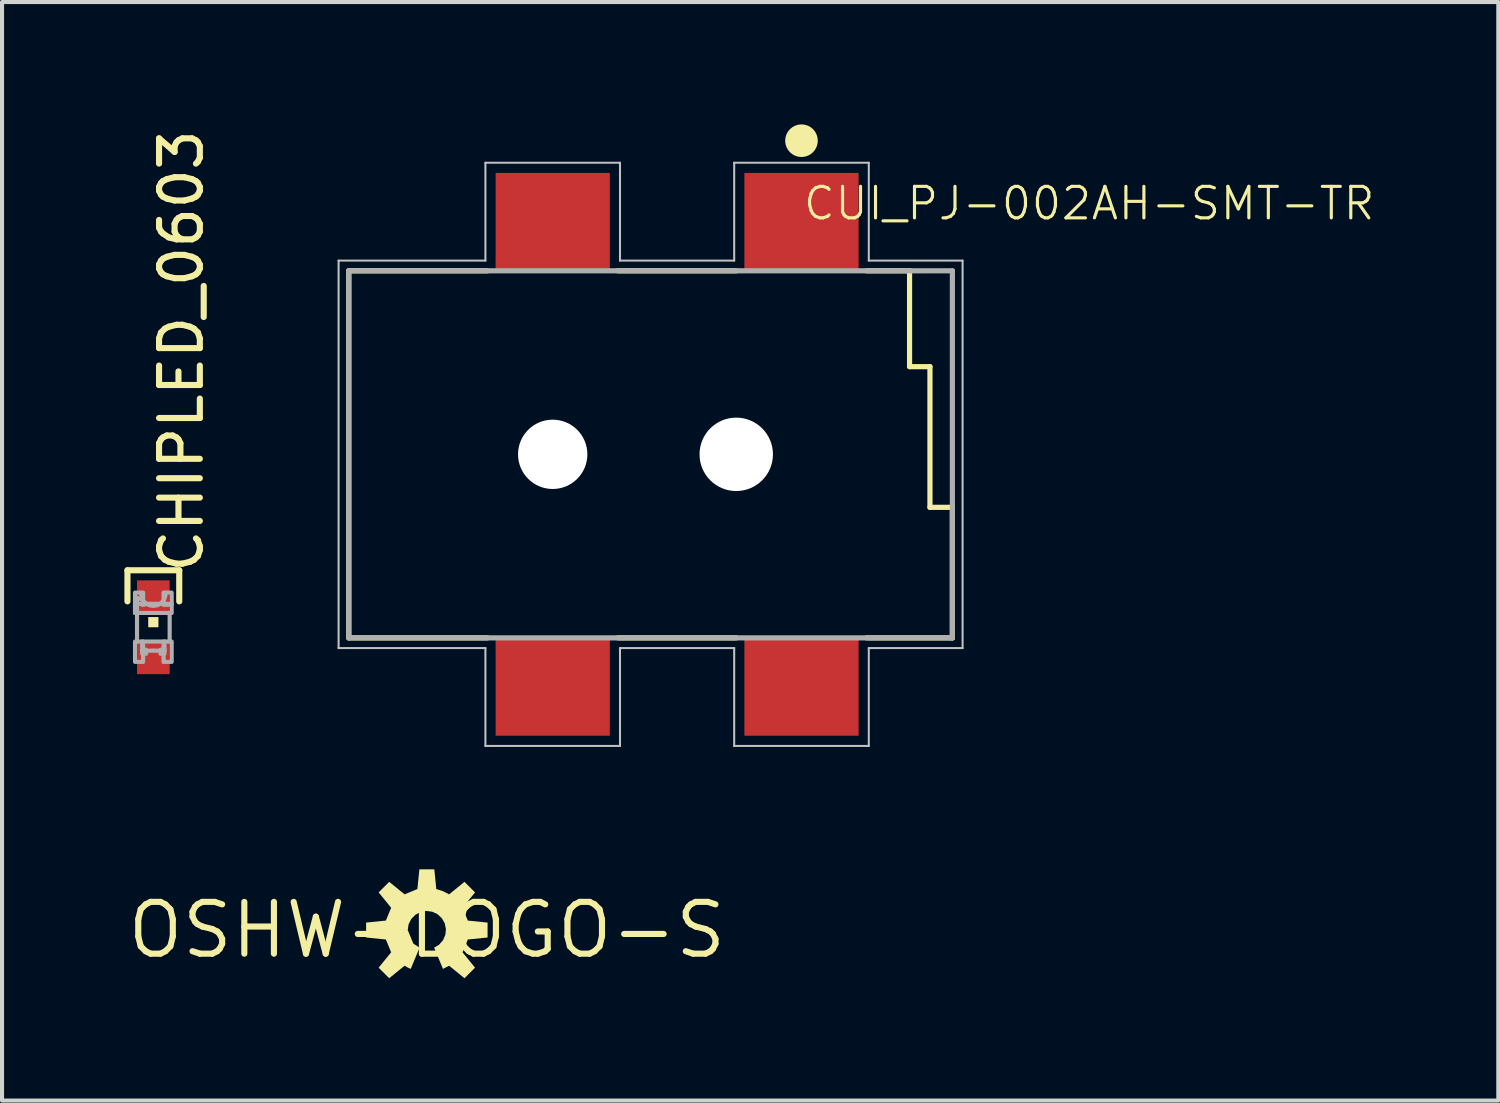
<source format=kicad_pcb>
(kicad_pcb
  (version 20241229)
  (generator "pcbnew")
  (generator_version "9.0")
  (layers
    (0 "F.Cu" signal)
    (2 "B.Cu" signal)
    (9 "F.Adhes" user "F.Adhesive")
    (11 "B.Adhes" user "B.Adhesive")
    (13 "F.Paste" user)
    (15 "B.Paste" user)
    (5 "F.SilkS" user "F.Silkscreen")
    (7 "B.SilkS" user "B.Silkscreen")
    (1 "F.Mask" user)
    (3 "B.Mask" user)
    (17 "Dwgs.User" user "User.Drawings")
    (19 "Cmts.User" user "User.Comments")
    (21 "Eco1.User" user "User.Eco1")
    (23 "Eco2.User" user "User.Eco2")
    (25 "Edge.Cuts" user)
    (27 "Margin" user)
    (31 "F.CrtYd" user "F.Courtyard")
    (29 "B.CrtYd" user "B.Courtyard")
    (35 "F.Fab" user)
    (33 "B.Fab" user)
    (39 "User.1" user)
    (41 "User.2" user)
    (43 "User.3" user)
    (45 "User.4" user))
  (footprint "CHIPLED_0603"
    (layer "F.Cu")
    (at 0.71 12.33)
    (property "Reference" "CHIPLED_0603" (at 1.27 -1.27 270) (layer "F.SilkS") (effects (font (size 1 1) (thickness 0.15)) (justify left bottom)))
    (attr through_hole)
    (fp_line (start -0.635 -1.397) (end 0.635 -1.397) (stroke (width 0.15) (type solid)) (layer "F.SilkS"))
    (fp_line (start -0.635 -0.635) (end -0.635 -1.397) (stroke (width 0.15) (type solid)) (layer "F.SilkS"))
    (fp_line (start 0.635 -1.397) (end 0.635 -0.635) (stroke (width 0.15) (type solid)) (layer "F.SilkS"))
    (fp_poly (pts (xy -0.125 0) (xy 0.125 0) (xy 0.125 -0.25) (xy -0.125 -0.25)) (stroke (width 0) (type solid)) (fill yes) (layer "F.SilkS"))
    (fp_line (start -0.4 -0.375) (end -0.4 0.35) (stroke (width 0.102) (type solid)) (layer "F.Fab"))
    (fp_line (start 0.4 -0.35) (end 0.4 0.35) (stroke (width 0.102) (type solid)) (layer "F.Fab"))
    (fp_arc (start -0.275 0.825) (mid 0 0.55) (end 0.275 0.825) (stroke (width 0.0508) (type solid)) (layer "F.Fab"))
    (fp_arc (start 0.3 -0.825) (mid 0 -0.525) (end -0.3 -0.825) (stroke (width 0.1016) (type solid)) (layer "F.Fab"))
    (fp_circle (center -0.35 -0.625) (end -0.275 -0.625) (stroke (width 0.051) (type solid)) (fill no) (layer "F.Fab"))
    (fp_poly (pts (xy -0.45 -0.7) (xy -0.25 -0.7) (xy -0.25 -0.85) (xy -0.45 -0.85)) (stroke (width 0.1) (type solid)) (fill no) (layer "F.Fab"))
    (fp_poly (pts (xy -0.45 -0.35) (xy -0.4 -0.35) (xy -0.4 -0.725) (xy -0.45 -0.725)) (stroke (width 0.1) (type solid)) (fill no) (layer "F.Fab"))
    (fp_poly (pts (xy -0.45 -0.35) (xy 0.45 -0.35) (xy 0.45 -0.575) (xy -0.45 -0.575)) (stroke (width 0.1) (type solid)) (fill no) (layer "F.Fab"))
    (fp_poly (pts (xy -0.45 0.85) (xy -0.25 0.85) (xy -0.25 0.35) (xy -0.45 0.35)) (stroke (width 0.1) (type solid)) (fill no) (layer "F.Fab"))
    (fp_poly (pts (xy -0.275 -0.55) (xy -0.225 -0.55) (xy -0.225 -0.6) (xy -0.275 -0.6)) (stroke (width 0.1) (type solid)) (fill no) (layer "F.Fab"))
    (fp_poly (pts (xy -0.275 0.575) (xy 0.275 0.575) (xy 0.275 0.35) (xy -0.275 0.35)) (stroke (width 0.1) (type solid)) (fill no) (layer "F.Fab"))
    (fp_poly (pts (xy -0.275 0.65) (xy -0.175 0.65) (xy -0.175 0.55) (xy -0.275 0.55)) (stroke (width 0.1) (type solid)) (fill no) (layer "F.Fab"))
    (fp_poly (pts (xy 0.175 0.65) (xy 0.275 0.65) (xy 0.275 0.55) (xy 0.175 0.55)) (stroke (width 0.1) (type solid)) (fill no) (layer "F.Fab"))
    (fp_poly (pts (xy 0.25 -0.55) (xy 0.45 -0.55) (xy 0.45 -0.85) (xy 0.25 -0.85)) (stroke (width 0.1) (type solid)) (fill no) (layer "F.Fab"))
    (fp_poly (pts (xy 0.25 0.85) (xy 0.45 0.85) (xy 0.45 0.35) (xy 0.25 0.35)) (stroke (width 0.1) (type solid)) (fill no) (layer "F.Fab"))
    (pad "A" smd rect (at 0 0.75) (size 0.8 0.8) (layers "F.Cu" "F.Mask" "F.Paste"))
    (pad "C" smd rect (at 0 -0.75) (size 0.8 0.8) (layers "F.Cu" "F.Mask" "F.Paste")))
  (footprint "OSHW-LOGO-S"
    (layer "F.Cu")
    (at 7.416 19.754)
    (property "Reference" "OSHW-LOGO-S" (at 0 0 0) (layer "F.SilkS") (effects (font (size 1.27 1.27) (thickness 0.15))))
    (attr through_hole)
    (fp_poly (pts (xy 0.395 0.953) (xy 0.546 0.875) (xy 0.923 1.182) (xy 1.182 0.923) (xy 0.875 0.546) (xy 1.005 0.232) (xy 1.489 0.183) (xy 1.489 -0.183) (xy 1.005 -0.232) (xy 0.875 -0.546) (xy 1.182 -0.923) (xy 0.923 -1.182) (xy 0.546 -0.875) (xy 0.395 -0.953) (xy 0.232 -1.005) (xy 0.183 -1.489) (xy -0.183 -1.489) (xy -0.232 -1.005) (xy -0.546 -0.875) (xy -0.923 -1.182) (xy -1.182 -0.923) (xy -0.875 -0.546) (xy -1.005 -0.232) (xy -1.489 -0.183) (xy -1.489 0.183) (xy -1.005 0.232) (xy -0.875 0.546) (xy -1.182 0.923) (xy -0.923 1.182) (xy -0.546 0.875) (xy -0.472 0.917) (xy -0.395 0.953) (xy -0.179 0.433) (xy -0.179 0.433) (xy -0.332 0.331) (xy -0.469 0) (xy -0.447 -0.142) (xy -0.382 -0.271) (xy -0.282 -0.374) (xy -0.155 -0.442) (xy -0.013 -0.468) (xy 0.13 -0.45) (xy 0.26 -0.39) (xy 0.366 -0.292) (xy 0.438 -0.167) (xy 0.468 -0.026) (xy 0.454 0.117) (xy 0.397 0.249) (xy 0.302 0.358) (xy 0.179 0.433)) (stroke (width 0) (type solid)) (fill yes) (layer "F.SilkS")))
  (footprint "CUI_PJ-002AH-SMT-TR"
    (layer "F.Cu")
    (at 16.602 2.39)
    (property "Reference" "CUI_PJ-002AH-SMT-TR" (at 0 0 0) (layer "F.SilkS") (effects (font (size 0.772 0.772) (thickness 0.077)) (justify left bottom)))
    (attr through_hole)
    (fp_line (start -11.1 1.2) (end -11.1 10.2) (stroke (width 0.127) (type solid)) (layer "F.SilkS"))
    (fp_line (start -11.1 10.2) (end -7.7 10.2) (stroke (width 0.127) (type solid)) (layer "F.SilkS"))
    (fp_line (start -7.7 1.2) (end -11.1 1.2) (stroke (width 0.127) (type solid)) (layer "F.SilkS"))
    (fp_line (start -4.5 10.2) (end -1.6 10.2) (stroke (width 0.127) (type solid)) (layer "F.SilkS"))
    (fp_line (start -1.6 1.2) (end -4.5 1.2) (stroke (width 0.127) (type solid)) (layer "F.SilkS"))
    (fp_line (start 1.6 10.2) (end 3.7 10.2) (stroke (width 0.127) (type solid)) (layer "F.SilkS"))
    (fp_line (start 2.65 1.2) (end 1.6 1.2) (stroke (width 0.127) (type solid)) (layer "F.SilkS"))
    (fp_line (start 2.65 3.55) (end 2.65 1.2) (stroke (width 0.127) (type solid)) (layer "F.SilkS"))
    (fp_line (start 3.15 3.55) (end 2.65 3.55) (stroke (width 0.127) (type solid)) (layer "F.SilkS"))
    (fp_line (start 3.15 7) (end 3.15 3.55) (stroke (width 0.127) (type solid)) (layer "F.SilkS"))
    (fp_line (start 3.7 7) (end 3.15 7) (stroke (width 0.127) (type solid)) (layer "F.SilkS"))
    (fp_line (start 3.7 10.2) (end 3.7 7) (stroke (width 0.127) (type solid)) (layer "F.SilkS"))
    (fp_circle (center 0 -1.99) (end 0.2 -1.99) (stroke (width 0.4) (type solid)) (fill no) (layer "F.SilkS"))
    (fp_line (start -11.35 0.95) (end -7.75 0.95) (stroke (width 0.05) (type solid)) (layer "Dwgs.User"))
    (fp_line (start -11.35 10.45) (end -11.35 0.95) (stroke (width 0.05) (type solid)) (layer "Dwgs.User"))
    (fp_line (start -7.75 -1.45) (end -4.45 -1.45) (stroke (width 0.05) (type solid)) (layer "Dwgs.User"))
    (fp_line (start -7.75 0.95) (end -7.75 -1.45) (stroke (width 0.05) (type solid)) (layer "Dwgs.User"))
    (fp_line (start -7.75 10.45) (end -11.35 10.45) (stroke (width 0.05) (type solid)) (layer "Dwgs.User"))
    (fp_line (start -7.75 12.85) (end -7.75 10.45) (stroke (width 0.05) (type solid)) (layer "Dwgs.User"))
    (fp_line (start -4.45 -1.45) (end -4.45 0.95) (stroke (width 0.05) (type solid)) (layer "Dwgs.User"))
    (fp_line (start -4.45 0.95) (end -1.65 0.95) (stroke (width 0.05) (type solid)) (layer "Dwgs.User"))
    (fp_line (start -4.45 10.45) (end -4.45 12.85) (stroke (width 0.05) (type solid)) (layer "Dwgs.User"))
    (fp_line (start -4.45 12.85) (end -7.75 12.85) (stroke (width 0.05) (type solid)) (layer "Dwgs.User"))
    (fp_line (start -1.65 -1.45) (end 1.65 -1.45) (stroke (width 0.05) (type solid)) (layer "Dwgs.User"))
    (fp_line (start -1.65 0.95) (end -1.65 -1.45) (stroke (width 0.05) (type solid)) (layer "Dwgs.User"))
    (fp_line (start -1.65 10.45) (end -4.45 10.45) (stroke (width 0.05) (type solid)) (layer "Dwgs.User"))
    (fp_line (start -1.65 12.85) (end -1.65 10.45) (stroke (width 0.05) (type solid)) (layer "Dwgs.User"))
    (fp_line (start 1.65 -1.45) (end 1.65 0.95) (stroke (width 0.05) (type solid)) (layer "Dwgs.User"))
    (fp_line (start 1.65 0.95) (end 3.95 0.95) (stroke (width 0.05) (type solid)) (layer "Dwgs.User"))
    (fp_line (start 1.65 10.45) (end 1.65 12.85) (stroke (width 0.05) (type solid)) (layer "Dwgs.User"))
    (fp_line (start 1.65 12.85) (end -1.65 12.85) (stroke (width 0.05) (type solid)) (layer "Dwgs.User"))
    (fp_line (start 3.95 0.95) (end 3.95 10.45) (stroke (width 0.05) (type solid)) (layer "Dwgs.User"))
    (fp_line (start 3.95 10.45) (end 1.65 10.45) (stroke (width 0.05) (type solid)) (layer "Dwgs.User"))
    (fp_line (start -11.1 1.2) (end -11.1 10.2) (stroke (width 0.127) (type solid)) (layer "F.Fab"))
    (fp_line (start -11.1 10.2) (end 3.7 10.2) (stroke (width 0.127) (type solid)) (layer "F.Fab"))
    (fp_line (start 3.7 1.2) (end -11.1 1.2) (stroke (width 0.127) (type solid)) (layer "F.Fab"))
    (fp_line (start 3.7 10.2) (end 3.7 1.2) (stroke (width 0.127) (type solid)) (layer "F.Fab"))
    (pad "" np_thru_hole circle (at -6.1 5.7) (size 1.7 1.7) (drill 1.7) (layers "*.Cu"))
    (pad "" np_thru_hole circle (at -1.6 5.7) (size 1.8 1.8) (drill 1.8) (layers "*.Cu"))
    (pad "1A" smd rect (at 0 0) (size 2.8 2.4) (layers "F.Cu" "F.Mask" "F.Paste"))
    (pad "1B" smd rect (at -6.1 0) (size 2.8 2.4) (layers "F.Cu" "F.Mask" "F.Paste"))
    (pad "2" smd rect (at -6.1 11.4) (size 2.8 2.4) (layers "F.Cu" "F.Mask" "F.Paste"))
    (pad "3" smd rect (at 0 11.4) (size 2.8 2.4) (layers "F.Cu" "F.Mask" "F.Paste")))
  (gr_rect
    (start -3 -3)
    (end 33.688 23.936)
    (stroke (width 0.1) (type default))
    (fill no)
    (layer "Edge.Cuts")))
</source>
